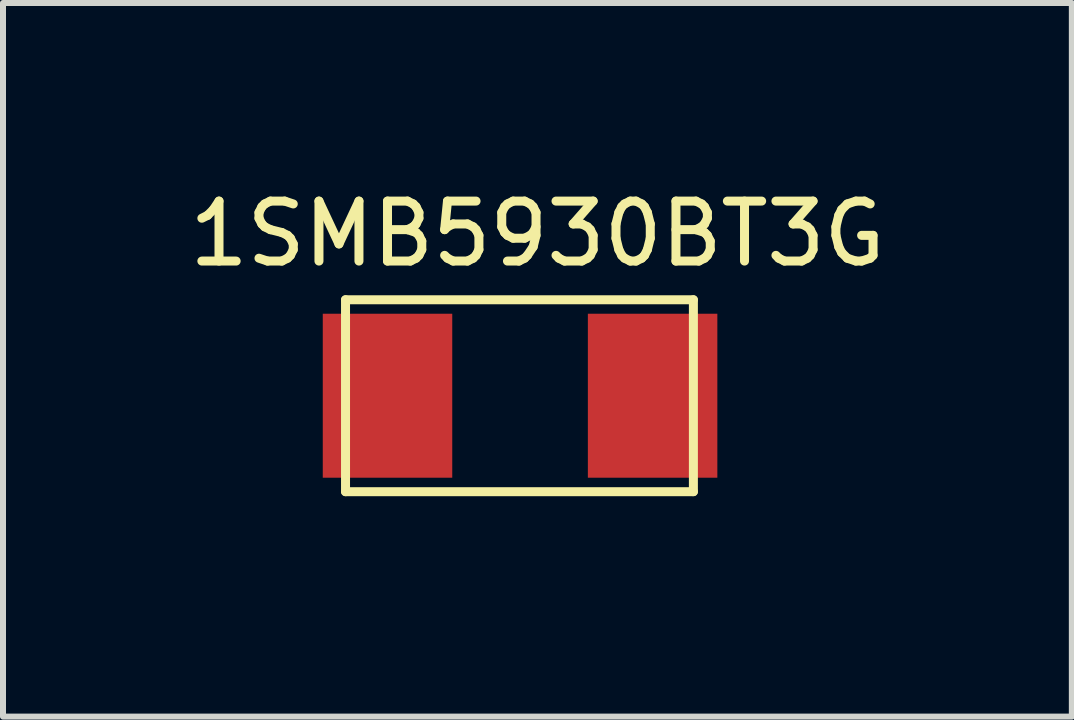
<source format=kicad_pcb>
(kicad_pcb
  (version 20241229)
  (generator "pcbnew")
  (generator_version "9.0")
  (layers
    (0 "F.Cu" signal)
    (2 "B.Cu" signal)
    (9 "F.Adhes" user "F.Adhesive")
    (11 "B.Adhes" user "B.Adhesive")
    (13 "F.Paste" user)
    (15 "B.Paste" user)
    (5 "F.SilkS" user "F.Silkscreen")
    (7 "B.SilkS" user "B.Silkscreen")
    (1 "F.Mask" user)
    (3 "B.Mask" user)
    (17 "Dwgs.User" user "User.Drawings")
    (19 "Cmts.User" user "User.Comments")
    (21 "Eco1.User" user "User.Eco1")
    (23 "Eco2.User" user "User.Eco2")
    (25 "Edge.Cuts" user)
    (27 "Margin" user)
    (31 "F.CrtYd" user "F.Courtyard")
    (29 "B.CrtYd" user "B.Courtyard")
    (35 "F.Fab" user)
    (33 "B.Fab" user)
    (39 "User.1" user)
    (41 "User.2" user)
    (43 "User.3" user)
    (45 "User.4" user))
  (footprint "1SMB5930BT3G"
    (layer "F.Cu")
    (at 1.511 5.648)
    (property "Reference" "1SMB5930BT3G" (at 4.4 -4.8 0) (layer "F.SilkS") (effects (font (size 1 1) (thickness 0.15))))
    (attr through_hole)
    (fp_line (start 1.2 -3.7) (end 1.2 -0.5) (stroke (width 0.15) (type solid)) (layer "F.SilkS"))
    (fp_line (start 1.2 -0.5) (end 7 -0.5) (stroke (width 0.15) (type solid)) (layer "F.SilkS"))
    (fp_line (start 7 -3.7) (end 1.2 -3.7) (stroke (width 0.15) (type solid)) (layer "F.SilkS"))
    (fp_line (start 7 -0.5) (end 7 -3.7) (stroke (width 0.15) (type solid)) (layer "F.SilkS"))
    (pad "1" smd rect (at 1.9 -2.1) (size 2.159 2.734) (layers "F.Cu" "F.Mask" "F.Paste"))
    (pad "2" smd rect (at 6.32 -2.1) (size 2.159 2.734) (layers "F.Cu" "F.Mask" "F.Paste")))
  (gr_rect
    (start -3 -3)
    (end 14.821 8.898)
    (stroke (width 0.1) (type default))
    (fill no)
    (layer "Edge.Cuts")))
</source>
